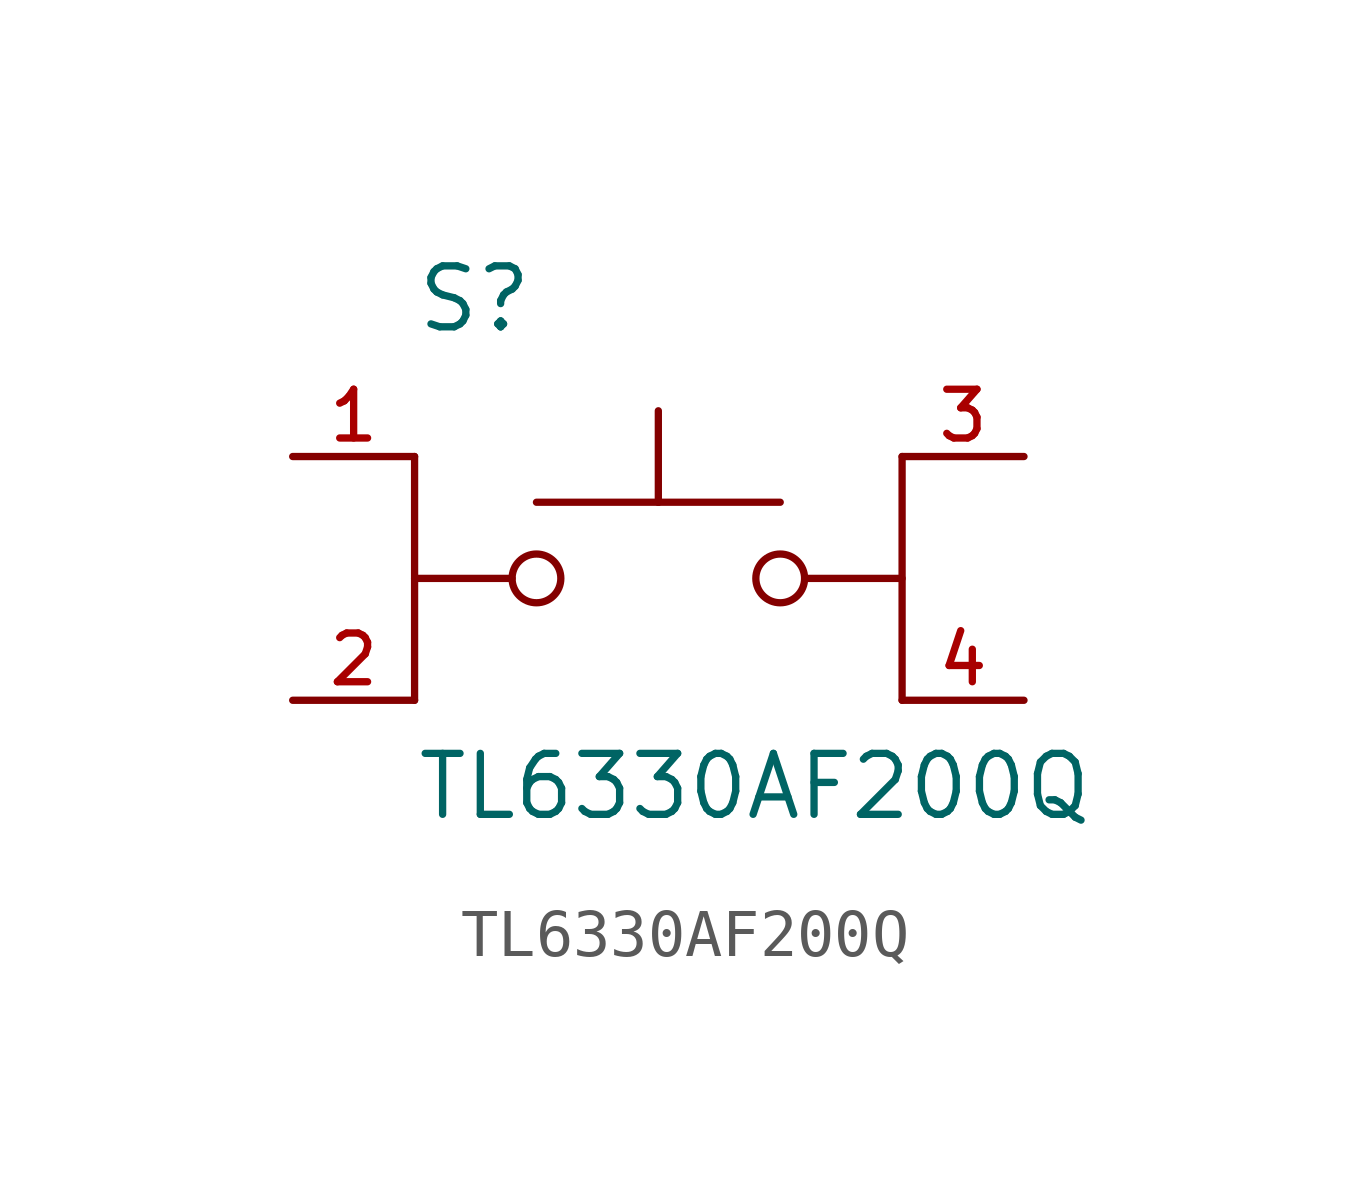
<source format=kicad_sym>
(kicad_symbol_lib
  (version 20211014)
  (generator kicad_symbol_editor)
  (symbol "TL6330AF200Q"
    (pin_names
      (offset 1.016))
    (property "Reference" "S"
      (at -5.08 5.08 0)
      (effects (font (size 1.27 1.27)) (justify bottom left)))
    (property "Value" "TL6330AF200Q"
      (at -5.08 -5.08 0)
      (effects (font (size 1.27 1.27)) (justify bottom left)))
    (symbol "TL6330AF200Q_0_0"
      (circle (center 2.54 0.0) (radius 0.508) (stroke (width 0.152)) (fill (type none)))
      (polyline (pts (xy 5.08 0.0) (xy 3.048 0.0)) (stroke (width 0.152)))
      (polyline (pts (xy -5.08 0.0) (xy -3.048 0.0)) (stroke (width 0.152)))
      (circle (center -2.54 0.0) (radius 0.508) (stroke (width 0.152)) (fill (type none)))
      (polyline (pts (xy -2.54 1.587) (xy 0.0 1.587)) (stroke (width 0.152)))
      (polyline (pts (xy 0.0 1.587) (xy 2.54 1.587)) (stroke (width 0.152)))
      (polyline (pts (xy 0.0 1.587) (xy 0.0 3.493)) (stroke (width 0.152)))
      (polyline (pts (xy -5.08 2.54) (xy -5.08 -2.54)) (stroke (width 0.152)))
      (polyline (pts (xy 5.08 2.54) (xy 5.08 -2.54)) (stroke (width 0.152)))
      (pin passive line (at -7.62 2.54 0) (length 2.54) (name "~" (effects (font (size 1.016 1.016)))) (number "1" (effects (font (size 1.016 1.016)))))
      (pin passive line (at -7.62 -2.54 0) (length 2.54) (name "~" (effects (font (size 1.016 1.016)))) (number "2" (effects (font (size 1.016 1.016)))))
      (pin passive line (at 7.62 2.54 180.0) (length 2.54) (name "~" (effects (font (size 1.016 1.016)))) (number "3" (effects (font (size 1.016 1.016)))))
      (pin passive line (at 7.62 -2.54 180.0) (length 2.54) (name "~" (effects (font (size 1.016 1.016)))) (number "4" (effects (font (size 1.016 1.016))))))))
</source>
